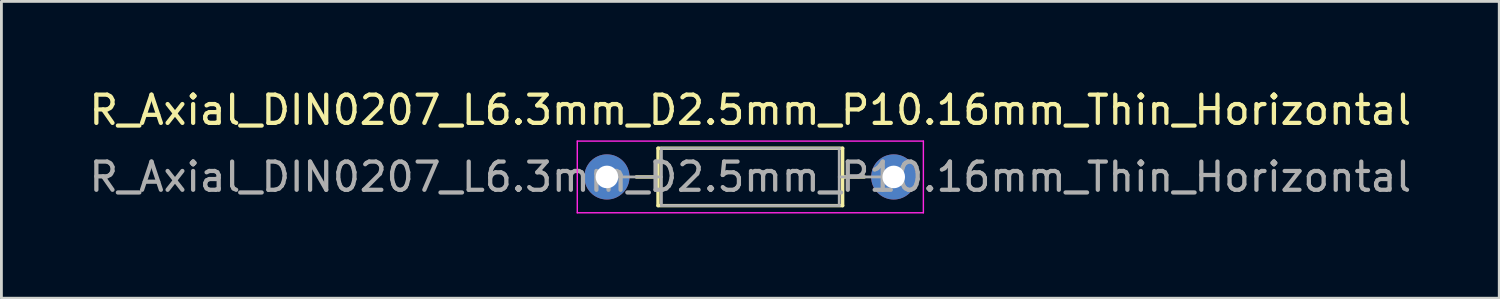
<source format=kicad_pcb>
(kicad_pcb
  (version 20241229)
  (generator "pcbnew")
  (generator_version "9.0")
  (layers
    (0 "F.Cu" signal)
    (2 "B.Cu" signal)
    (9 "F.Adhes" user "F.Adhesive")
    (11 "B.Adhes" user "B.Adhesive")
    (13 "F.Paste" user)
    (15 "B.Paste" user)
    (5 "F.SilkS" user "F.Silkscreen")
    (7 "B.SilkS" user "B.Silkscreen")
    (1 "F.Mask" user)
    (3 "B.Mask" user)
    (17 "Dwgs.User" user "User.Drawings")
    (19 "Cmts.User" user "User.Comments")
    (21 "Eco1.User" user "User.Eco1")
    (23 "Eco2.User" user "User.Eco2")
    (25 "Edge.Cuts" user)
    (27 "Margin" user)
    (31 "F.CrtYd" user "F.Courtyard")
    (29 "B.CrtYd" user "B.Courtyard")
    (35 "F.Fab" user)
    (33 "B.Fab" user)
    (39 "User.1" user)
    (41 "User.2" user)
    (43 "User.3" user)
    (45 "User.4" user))
  (footprint "R_Axial_DIN0207_L6.3mm_D2.5mm_P10.16mm_Thin_Horizontal"
    (layer "F.Cu")
    (at 18.45 3.218)
    (property "Reference" "R_Axial_DIN0207_L6.3mm_D2.5mm_P10.16mm_Thin_Horizontal" (at 5.08 -2.37 0) (layer "F.SilkS") (effects (font (size 1 1) (thickness 0.15))))
    (attr through_hole)
    (fp_line (start 1.04 0) (end 1.81 0) (stroke (width 0.12) (type solid)) (layer "F.SilkS"))
    (fp_line (start 1.81 -1.016) (end 1.81 1.016) (stroke (width 0.12) (type solid)) (layer "F.SilkS"))
    (fp_line (start 1.81 1.016) (end 8.35 1.016) (stroke (width 0.12) (type solid)) (layer "F.SilkS"))
    (fp_line (start 8.35 -1.016) (end 1.81 -1.016) (stroke (width 0.12) (type solid)) (layer "F.SilkS"))
    (fp_line (start 8.35 1.016) (end 8.35 -1.016) (stroke (width 0.12) (type solid)) (layer "F.SilkS"))
    (fp_line (start 9.12 0) (end 8.35 0) (stroke (width 0.12) (type solid)) (layer "F.SilkS"))
    (fp_line (start -1.05 -1.27) (end -1.05 1.27) (stroke (width 0.05) (type solid)) (layer "F.CrtYd"))
    (fp_line (start -1.05 1.27) (end 11.21 1.27) (stroke (width 0.05) (type solid)) (layer "F.CrtYd"))
    (fp_line (start 11.21 -1.27) (end -1.05 -1.27) (stroke (width 0.05) (type solid)) (layer "F.CrtYd"))
    (fp_line (start 11.21 1.27) (end 11.21 -1.27) (stroke (width 0.05) (type solid)) (layer "F.CrtYd"))
    (fp_line (start 0 0) (end 1.93 0) (stroke (width 0.1) (type solid)) (layer "F.Fab"))
    (fp_line (start 1.93 -1.016) (end 1.93 1.016) (stroke (width 0.1) (type solid)) (layer "F.Fab"))
    (fp_line (start 1.93 1.016) (end 8.23 1.016) (stroke (width 0.1) (type solid)) (layer "F.Fab"))
    (fp_line (start 8.23 -1.016) (end 1.93 -1.016) (stroke (width 0.1) (type solid)) (layer "F.Fab"))
    (fp_line (start 8.23 1.016) (end 8.23 -1.016) (stroke (width 0.1) (type solid)) (layer "F.Fab"))
    (fp_line (start 10.16 0) (end 8.23 0) (stroke (width 0.1) (type solid)) (layer "F.Fab"))
    (fp_text user "${REFERENCE}" (at 5.08 0 0) (layer "F.Fab") (effects (font (size 1 1) (thickness 0.15))))
    (pad "1" thru_hole circle (at 0 0) (size 1.6 1.6) (drill 0.8) (layers "*.Cu" "*.Mask"))
    (pad "2" thru_hole oval (at 10.16 0) (size 1.6 1.6) (drill 0.8) (layers "*.Cu" "*.Mask")))
  (gr_rect
    (start -3 -3)
    (end 50.06 7.513)
    (stroke (width 0.1) (type default))
    (fill no)
    (layer "Edge.Cuts")))
</source>
